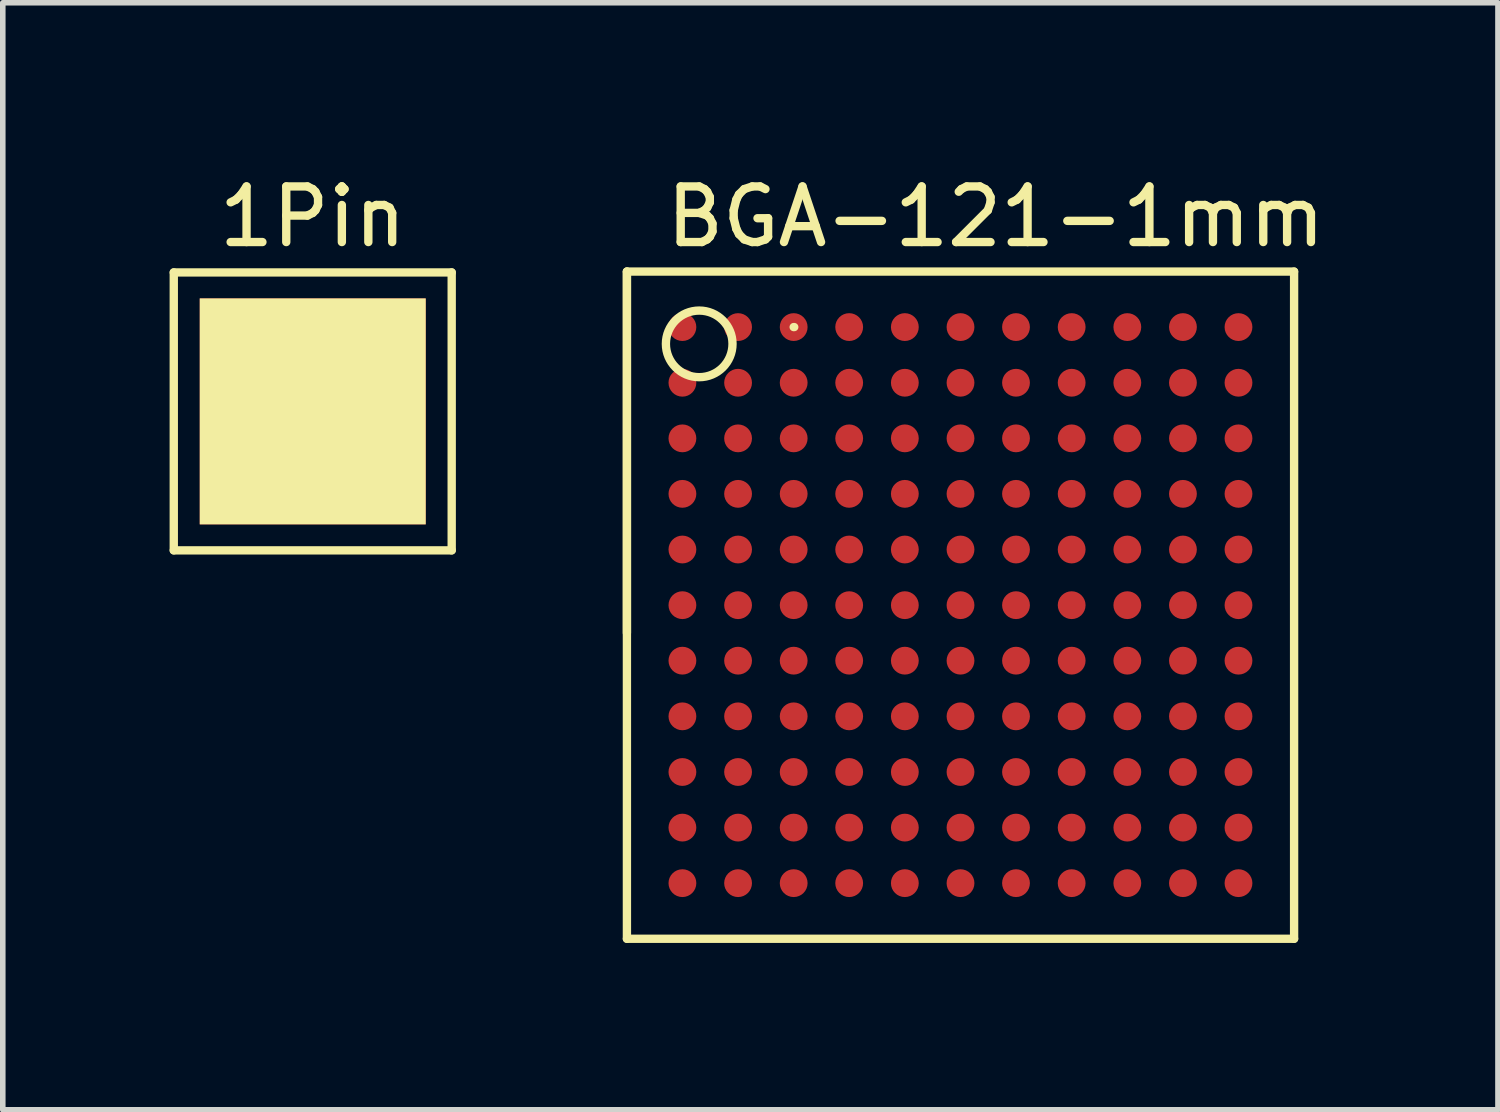
<source format=kicad_pcb>
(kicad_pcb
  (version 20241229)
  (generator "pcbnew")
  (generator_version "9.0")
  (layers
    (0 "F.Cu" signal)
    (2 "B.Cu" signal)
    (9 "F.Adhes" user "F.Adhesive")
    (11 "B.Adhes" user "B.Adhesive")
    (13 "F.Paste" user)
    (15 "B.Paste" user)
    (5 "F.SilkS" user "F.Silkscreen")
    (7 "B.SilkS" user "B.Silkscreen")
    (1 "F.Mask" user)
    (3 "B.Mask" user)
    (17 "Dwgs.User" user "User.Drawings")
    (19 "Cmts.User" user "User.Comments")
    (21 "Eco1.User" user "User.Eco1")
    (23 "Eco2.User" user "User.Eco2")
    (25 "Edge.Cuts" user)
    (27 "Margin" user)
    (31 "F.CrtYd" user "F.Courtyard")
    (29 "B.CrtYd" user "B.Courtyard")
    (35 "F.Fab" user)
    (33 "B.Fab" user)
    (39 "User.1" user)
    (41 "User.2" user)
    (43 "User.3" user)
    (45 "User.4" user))
  (footprint "BGA-121-1mm"
    (layer "F.Cu")
    (at 14.223 7.833)
    (property "Reference" "BGA-121-1mm" (at 0.635 -6.985 0) (layer "F.SilkS") (effects (font (size 1 1) (thickness 0.15))))
    (attr smd)
    (fp_line (start -5.999 -5.999) (end 5.999 -5.999) (stroke (width 0.15) (type solid)) (layer "F.SilkS"))
    (fp_line (start -5.999 0.5) (end -5.999 -5.999) (stroke (width 0.15) (type solid)) (layer "F.SilkS"))
    (fp_line (start -5.999 5.999) (end -5.999 -5.999) (stroke (width 0.15) (type solid)) (layer "F.SilkS"))
    (fp_line (start -3 -5.001) (end -2.99 -5.001) (stroke (width 0.15) (type solid)) (layer "F.SilkS"))
    (fp_line (start 5.999 -5.999) (end 5.999 5.999) (stroke (width 0.15) (type solid)) (layer "F.SilkS"))
    (fp_line (start 5.999 5.999) (end -5.999 5.999) (stroke (width 0.15) (type solid)) (layer "F.SilkS"))
    (fp_circle (center -4.699 -4.699) (end -4.699 -5.298) (stroke (width 0.15) (type solid)) (fill no) (layer "F.SilkS"))
    (pad "A1" smd circle (at -5.001 -5.001) (size 0.5 0.5) (layers "F.Cu" "F.Mask" "F.Paste"))
    (pad "A2" smd circle (at -4 -5.001) (size 0.5 0.5) (layers "F.Cu" "F.Mask" "F.Paste"))
    (pad "A3" smd circle (at -3 -5.001) (size 0.5 0.5) (layers "F.Cu" "F.Mask" "F.Paste"))
    (pad "A4" smd circle (at -2.002 -5.001) (size 0.5 0.5) (layers "F.Cu" "F.Mask" "F.Paste"))
    (pad "A5" smd circle (at -1.001 -5.001) (size 0.5 0.5) (layers "F.Cu" "F.Mask" "F.Paste"))
    (pad "A6" smd circle (at 0 -5.001) (size 0.5 0.5) (layers "F.Cu" "F.Mask" "F.Paste"))
    (pad "A7" smd circle (at 0.998 -5.001) (size 0.5 0.5) (layers "F.Cu" "F.Mask" "F.Paste"))
    (pad "A8" smd circle (at 1.999 -5.001) (size 0.5 0.5) (layers "F.Cu" "F.Mask" "F.Paste"))
    (pad "A9" smd circle (at 3 -5.001) (size 0.5 0.5) (layers "F.Cu" "F.Mask" "F.Paste"))
    (pad "A10" smd circle (at 4 -5.001) (size 0.5 0.5) (layers "F.Cu" "F.Mask" "F.Paste"))
    (pad "A11" smd circle (at 4.999 -5.001) (size 0.5 0.5) (layers "F.Cu" "F.Mask" "F.Paste"))
    (pad "B1" smd circle (at -5.001 -4) (size 0.5 0.5) (layers "F.Cu" "F.Mask" "F.Paste"))
    (pad "B2" smd circle (at -4 -4) (size 0.5 0.5) (layers "F.Cu" "F.Mask" "F.Paste"))
    (pad "B3" smd circle (at -3 -4) (size 0.5 0.5) (layers "F.Cu" "F.Mask" "F.Paste"))
    (pad "B4" smd circle (at -2.002 -4) (size 0.5 0.5) (layers "F.Cu" "F.Mask" "F.Paste"))
    (pad "B5" smd circle (at -1.001 -4) (size 0.5 0.5) (layers "F.Cu" "F.Mask" "F.Paste"))
    (pad "B6" smd circle (at 0 -4) (size 0.5 0.5) (layers "F.Cu" "F.Mask" "F.Paste"))
    (pad "B7" smd circle (at 0.998 -4) (size 0.5 0.5) (layers "F.Cu" "F.Mask" "F.Paste"))
    (pad "B8" smd circle (at 1.999 -4) (size 0.5 0.5) (layers "F.Cu" "F.Mask" "F.Paste"))
    (pad "B9" smd circle (at 3 -4) (size 0.5 0.5) (layers "F.Cu" "F.Mask" "F.Paste"))
    (pad "B10" smd circle (at 4 -4) (size 0.5 0.5) (layers "F.Cu" "F.Mask" "F.Paste"))
    (pad "B11" smd circle (at 4.999 -4) (size 0.5 0.5) (layers "F.Cu" "F.Mask" "F.Paste"))
    (pad "C1" smd circle (at -5.001 -3) (size 0.5 0.5) (layers "F.Cu" "F.Mask" "F.Paste"))
    (pad "C2" smd circle (at -4 -3) (size 0.5 0.5) (layers "F.Cu" "F.Mask" "F.Paste"))
    (pad "C3" smd circle (at -3 -3) (size 0.5 0.5) (layers "F.Cu" "F.Mask" "F.Paste"))
    (pad "C4" smd circle (at -2.002 -3) (size 0.5 0.5) (layers "F.Cu" "F.Mask" "F.Paste"))
    (pad "C5" smd circle (at -1.001 -3) (size 0.5 0.5) (layers "F.Cu" "F.Mask" "F.Paste"))
    (pad "C6" smd circle (at 0 -3) (size 0.5 0.5) (layers "F.Cu" "F.Mask" "F.Paste"))
    (pad "C7" smd circle (at 0.998 -3) (size 0.5 0.5) (layers "F.Cu" "F.Mask" "F.Paste"))
    (pad "C8" smd circle (at 1.999 -3) (size 0.5 0.5) (layers "F.Cu" "F.Mask" "F.Paste"))
    (pad "C9" smd circle (at 3 -3) (size 0.5 0.5) (layers "F.Cu" "F.Mask" "F.Paste"))
    (pad "C10" smd circle (at 4 -3) (size 0.5 0.5) (layers "F.Cu" "F.Mask" "F.Paste"))
    (pad "C11" smd circle (at 4.999 -3) (size 0.5 0.5) (layers "F.Cu" "F.Mask" "F.Paste"))
    (pad "D1" smd circle (at -5.001 -2.002) (size 0.5 0.5) (layers "F.Cu" "F.Mask" "F.Paste"))
    (pad "D2" smd circle (at -4 -2.002) (size 0.5 0.5) (layers "F.Cu" "F.Mask" "F.Paste"))
    (pad "D3" smd circle (at -3 -2.002) (size 0.5 0.5) (layers "F.Cu" "F.Mask" "F.Paste"))
    (pad "D4" smd circle (at -2.002 -2.002) (size 0.5 0.5) (layers "F.Cu" "F.Mask" "F.Paste"))
    (pad "D5" smd circle (at -1.001 -2.002) (size 0.5 0.5) (layers "F.Cu" "F.Mask" "F.Paste"))
    (pad "D6" smd circle (at 0 -2.002) (size 0.5 0.5) (layers "F.Cu" "F.Mask" "F.Paste"))
    (pad "D7" smd circle (at 0.998 -2.002) (size 0.5 0.5) (layers "F.Cu" "F.Mask" "F.Paste"))
    (pad "D8" smd circle (at 1.999 -2.002) (size 0.5 0.5) (layers "F.Cu" "F.Mask" "F.Paste"))
    (pad "D9" smd circle (at 3 -2.002) (size 0.5 0.5) (layers "F.Cu" "F.Mask" "F.Paste"))
    (pad "D10" smd circle (at 4 -2.002) (size 0.5 0.5) (layers "F.Cu" "F.Mask" "F.Paste"))
    (pad "D11" smd circle (at 4.999 -2.002) (size 0.5 0.5) (layers "F.Cu" "F.Mask" "F.Paste"))
    (pad "E1" smd circle (at -5.001 -1.001) (size 0.5 0.5) (layers "F.Cu" "F.Mask" "F.Paste"))
    (pad "E2" smd circle (at -4 -1.001) (size 0.5 0.5) (layers "F.Cu" "F.Mask" "F.Paste"))
    (pad "E3" smd circle (at -3 -1.001) (size 0.5 0.5) (layers "F.Cu" "F.Mask" "F.Paste"))
    (pad "E4" smd circle (at -2.002 -1.001) (size 0.5 0.5) (layers "F.Cu" "F.Mask" "F.Paste"))
    (pad "E5" smd circle (at -1.001 -1.001) (size 0.5 0.5) (layers "F.Cu" "F.Mask" "F.Paste"))
    (pad "E6" smd circle (at 0 -1.001) (size 0.5 0.5) (layers "F.Cu" "F.Mask" "F.Paste"))
    (pad "E7" smd circle (at 0.998 -1.001) (size 0.5 0.5) (layers "F.Cu" "F.Mask" "F.Paste"))
    (pad "E8" smd circle (at 1.999 -1.001) (size 0.5 0.5) (layers "F.Cu" "F.Mask" "F.Paste"))
    (pad "E9" smd circle (at 3 -1.001) (size 0.5 0.5) (layers "F.Cu" "F.Mask" "F.Paste"))
    (pad "E10" smd circle (at 4 -1.001) (size 0.5 0.5) (layers "F.Cu" "F.Mask" "F.Paste"))
    (pad "E11" smd circle (at 4.999 -1.001) (size 0.5 0.5) (layers "F.Cu" "F.Mask" "F.Paste"))
    (pad "F1" smd circle (at -5.001 0) (size 0.5 0.5) (layers "F.Cu" "F.Mask" "F.Paste"))
    (pad "F2" smd circle (at -4 0) (size 0.5 0.5) (layers "F.Cu" "F.Mask" "F.Paste"))
    (pad "F3" smd circle (at -3 0) (size 0.5 0.5) (layers "F.Cu" "F.Mask" "F.Paste"))
    (pad "F4" smd circle (at -2.002 0) (size 0.5 0.5) (layers "F.Cu" "F.Mask" "F.Paste"))
    (pad "F5" smd circle (at -1.001 0) (size 0.5 0.5) (layers "F.Cu" "F.Mask" "F.Paste"))
    (pad "F6" smd circle (at 0 0) (size 0.5 0.5) (layers "F.Cu" "F.Mask" "F.Paste"))
    (pad "F7" smd circle (at 0.998 0) (size 0.5 0.5) (layers "F.Cu" "F.Mask" "F.Paste"))
    (pad "F8" smd circle (at 1.999 0) (size 0.5 0.5) (layers "F.Cu" "F.Mask" "F.Paste"))
    (pad "F9" smd circle (at 3 0) (size 0.5 0.5) (layers "F.Cu" "F.Mask" "F.Paste"))
    (pad "F10" smd circle (at 4 0) (size 0.5 0.5) (layers "F.Cu" "F.Mask" "F.Paste"))
    (pad "F11" smd circle (at 4.999 0) (size 0.5 0.5) (layers "F.Cu" "F.Mask" "F.Paste"))
    (pad "G1" smd circle (at -5.001 0.998) (size 0.5 0.5) (layers "F.Cu" "F.Mask" "F.Paste"))
    (pad "G2" smd circle (at -4 0.998) (size 0.5 0.5) (layers "F.Cu" "F.Mask" "F.Paste"))
    (pad "G3" smd circle (at -3 0.998) (size 0.5 0.5) (layers "F.Cu" "F.Mask" "F.Paste"))
    (pad "G4" smd circle (at -2.002 0.998) (size 0.5 0.5) (layers "F.Cu" "F.Mask" "F.Paste"))
    (pad "G5" smd circle (at -1.001 0.998) (size 0.5 0.5) (layers "F.Cu" "F.Mask" "F.Paste"))
    (pad "G6" smd circle (at 0 0.998) (size 0.5 0.5) (layers "F.Cu" "F.Mask" "F.Paste"))
    (pad "G7" smd circle (at 0.998 0.998) (size 0.5 0.5) (layers "F.Cu" "F.Mask" "F.Paste"))
    (pad "G8" smd circle (at 1.999 0.998) (size 0.5 0.5) (layers "F.Cu" "F.Mask" "F.Paste"))
    (pad "G9" smd circle (at 3 0.998) (size 0.5 0.5) (layers "F.Cu" "F.Mask" "F.Paste"))
    (pad "G10" smd circle (at 4 0.998) (size 0.5 0.5) (layers "F.Cu" "F.Mask" "F.Paste"))
    (pad "G11" smd circle (at 4.999 0.998) (size 0.5 0.5) (layers "F.Cu" "F.Mask" "F.Paste"))
    (pad "H1" smd circle (at -5.001 1.999) (size 0.5 0.5) (layers "F.Cu" "F.Mask" "F.Paste"))
    (pad "H2" smd circle (at -4 1.999) (size 0.5 0.5) (layers "F.Cu" "F.Mask" "F.Paste"))
    (pad "H3" smd circle (at -3 1.999) (size 0.5 0.5) (layers "F.Cu" "F.Mask" "F.Paste"))
    (pad "H4" smd circle (at -2.002 1.999) (size 0.5 0.5) (layers "F.Cu" "F.Mask" "F.Paste"))
    (pad "H5" smd circle (at -1.001 1.999) (size 0.5 0.5) (layers "F.Cu" "F.Mask" "F.Paste"))
    (pad "H6" smd circle (at 0 1.999) (size 0.5 0.5) (layers "F.Cu" "F.Mask" "F.Paste"))
    (pad "H7" smd circle (at 0.998 1.999) (size 0.5 0.5) (layers "F.Cu" "F.Mask" "F.Paste"))
    (pad "H8" smd circle (at 1.999 1.999) (size 0.5 0.5) (layers "F.Cu" "F.Mask" "F.Paste"))
    (pad "H9" smd circle (at 3 1.999) (size 0.5 0.5) (layers "F.Cu" "F.Mask" "F.Paste"))
    (pad "H10" smd circle (at 4 1.999) (size 0.5 0.5) (layers "F.Cu" "F.Mask" "F.Paste"))
    (pad "H11" smd circle (at 4.999 1.999) (size 0.5 0.5) (layers "F.Cu" "F.Mask" "F.Paste"))
    (pad "J1" smd circle (at -5.001 3) (size 0.5 0.5) (layers "F.Cu" "F.Mask" "F.Paste"))
    (pad "J2" smd circle (at -4 3) (size 0.5 0.5) (layers "F.Cu" "F.Mask" "F.Paste"))
    (pad "J3" smd circle (at -3 3) (size 0.5 0.5) (layers "F.Cu" "F.Mask" "F.Paste"))
    (pad "J4" smd circle (at -2.002 3) (size 0.5 0.5) (layers "F.Cu" "F.Mask" "F.Paste"))
    (pad "J5" smd circle (at -1.001 3) (size 0.5 0.5) (layers "F.Cu" "F.Mask" "F.Paste"))
    (pad "J6" smd circle (at 0 3) (size 0.5 0.5) (layers "F.Cu" "F.Mask" "F.Paste"))
    (pad "J7" smd circle (at 0.998 3) (size 0.5 0.5) (layers "F.Cu" "F.Mask" "F.Paste"))
    (pad "J8" smd circle (at 1.999 3) (size 0.5 0.5) (layers "F.Cu" "F.Mask" "F.Paste"))
    (pad "J9" smd circle (at 3 3) (size 0.5 0.5) (layers "F.Cu" "F.Mask" "F.Paste"))
    (pad "J10" smd circle (at 4 3) (size 0.5 0.5) (layers "F.Cu" "F.Mask" "F.Paste"))
    (pad "J11" smd circle (at 4.999 3) (size 0.5 0.5) (layers "F.Cu" "F.Mask" "F.Paste"))
    (pad "K1" smd circle (at -5.001 4) (size 0.5 0.5) (layers "F.Cu" "F.Mask" "F.Paste"))
    (pad "K2" smd circle (at -4 4) (size 0.5 0.5) (layers "F.Cu" "F.Mask" "F.Paste"))
    (pad "K3" smd circle (at -3 4) (size 0.5 0.5) (layers "F.Cu" "F.Mask" "F.Paste"))
    (pad "K4" smd circle (at -2.002 4) (size 0.5 0.5) (layers "F.Cu" "F.Mask" "F.Paste"))
    (pad "K5" smd circle (at -1.001 4) (size 0.5 0.5) (layers "F.Cu" "F.Mask" "F.Paste"))
    (pad "K6" smd circle (at 0 4) (size 0.5 0.5) (layers "F.Cu" "F.Mask" "F.Paste"))
    (pad "K7" smd circle (at 0.998 4) (size 0.5 0.5) (layers "F.Cu" "F.Mask" "F.Paste"))
    (pad "K8" smd circle (at 1.999 4) (size 0.5 0.5) (layers "F.Cu" "F.Mask" "F.Paste"))
    (pad "K9" smd circle (at 3 4) (size 0.5 0.5) (layers "F.Cu" "F.Mask" "F.Paste"))
    (pad "K10" smd circle (at 4 4) (size 0.5 0.5) (layers "F.Cu" "F.Mask" "F.Paste"))
    (pad "K11" smd circle (at 4.999 4) (size 0.5 0.5) (layers "F.Cu" "F.Mask" "F.Paste"))
    (pad "L1" smd circle (at -5.001 4.999) (size 0.5 0.5) (layers "F.Cu" "F.Mask" "F.Paste"))
    (pad "L2" smd circle (at -4 4.999) (size 0.5 0.5) (layers "F.Cu" "F.Mask" "F.Paste"))
    (pad "L3" smd circle (at -3 4.999) (size 0.5 0.5) (layers "F.Cu" "F.Mask" "F.Paste"))
    (pad "L4" smd circle (at -2.002 4.999) (size 0.5 0.5) (layers "F.Cu" "F.Mask" "F.Paste"))
    (pad "L5" smd circle (at -1.001 4.999) (size 0.5 0.5) (layers "F.Cu" "F.Mask" "F.Paste"))
    (pad "L6" smd circle (at 0 4.999) (size 0.5 0.5) (layers "F.Cu" "F.Mask" "F.Paste"))
    (pad "L7" smd circle (at 0.998 4.999) (size 0.5 0.5) (layers "F.Cu" "F.Mask" "F.Paste"))
    (pad "L8" smd circle (at 1.999 4.999) (size 0.5 0.5) (layers "F.Cu" "F.Mask" "F.Paste"))
    (pad "L9" smd circle (at 3 4.999) (size 0.5 0.5) (layers "F.Cu" "F.Mask" "F.Paste"))
    (pad "L10" smd circle (at 4 4.999) (size 0.5 0.5) (layers "F.Cu" "F.Mask" "F.Paste"))
    (pad "L11" smd circle (at 4.999 4.999) (size 0.5 0.5) (layers "F.Cu" "F.Mask" "F.Paste")))
  (footprint "1Pin"
    (layer "F.Cu")
    (at 2.574 4.348)
    (property "Reference" "1Pin" (at 0 -3.5 0) (layer "F.SilkS") (effects (font (size 1 1) (thickness 0.15))))
    (attr through_hole)
    (fp_line (start -2.499 -2.499) (end 2.499 -2.499) (stroke (width 0.15) (type solid)) (layer "F.SilkS"))
    (fp_line (start -2.499 2.499) (end -2.499 -2.499) (stroke (width 0.15) (type solid)) (layer "F.SilkS"))
    (fp_line (start 2.499 -2.499) (end 2.499 2.499) (stroke (width 0.15) (type solid)) (layer "F.SilkS"))
    (fp_line (start 2.499 2.499) (end -2.499 2.499) (stroke (width 0.15) (type solid)) (layer "F.SilkS"))
    (pad "1" smd rect (at 0 0) (size 4.064 4.064) (layers "F.Cu" "F.Mask" "F.SilkS" "F.Paste")))
  (gr_rect
    (start -3 -3)
    (end 23.888 16.908)
    (stroke (width 0.1) (type default))
    (fill no)
    (layer "Edge.Cuts")))
</source>
